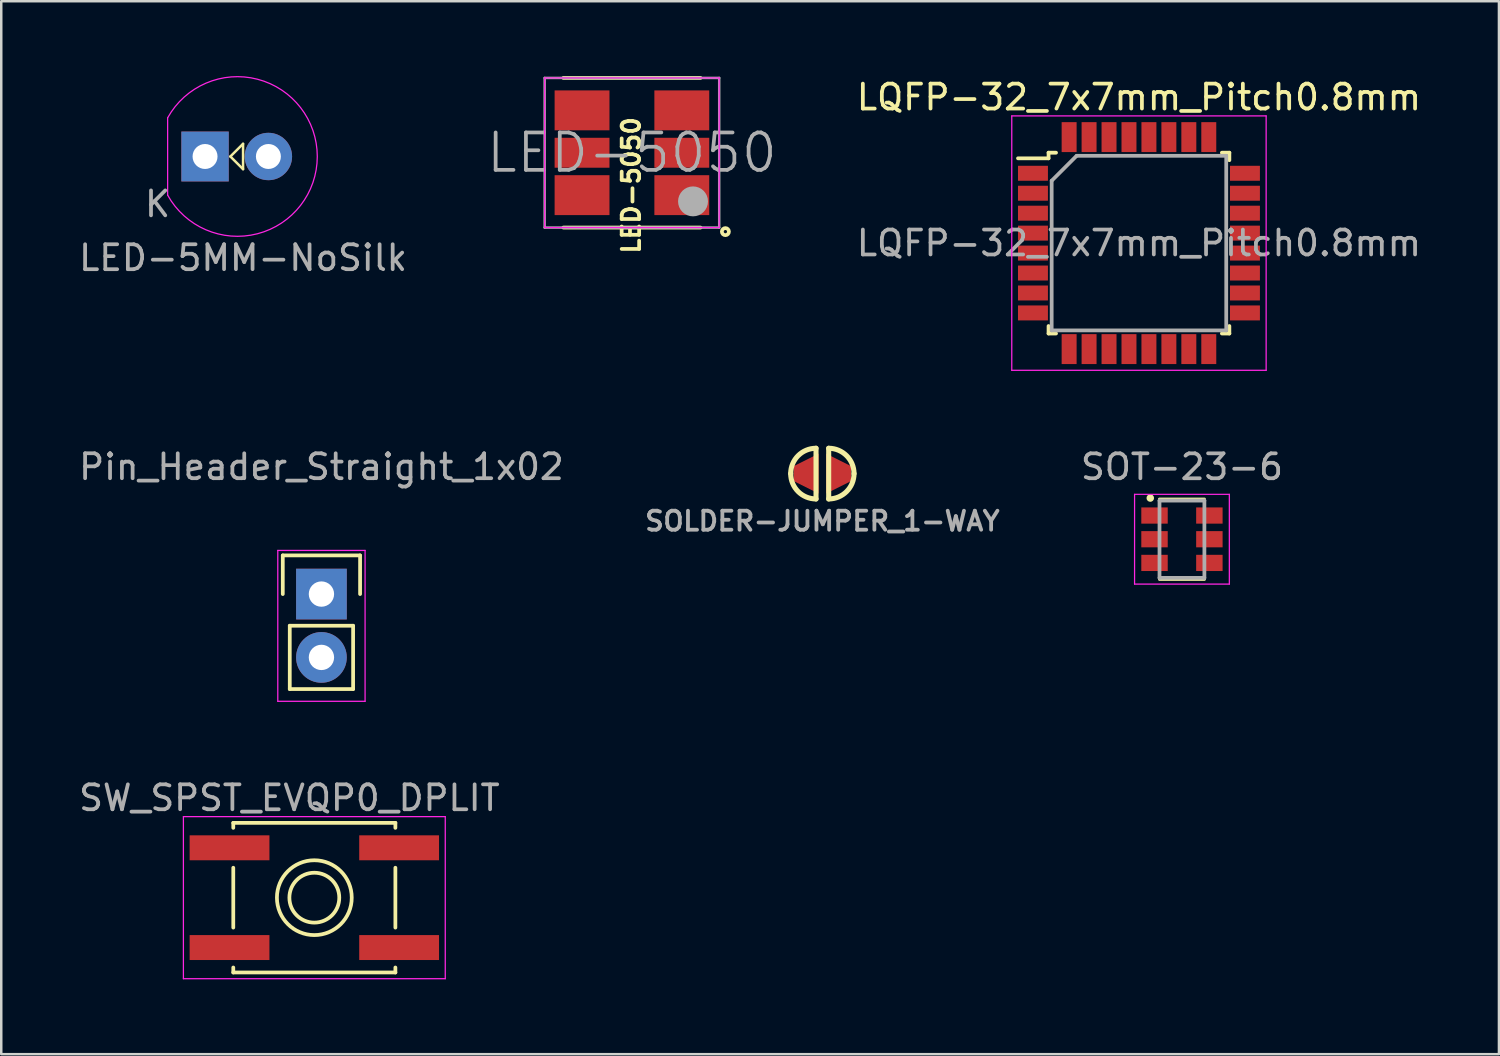
<source format=kicad_pcb>
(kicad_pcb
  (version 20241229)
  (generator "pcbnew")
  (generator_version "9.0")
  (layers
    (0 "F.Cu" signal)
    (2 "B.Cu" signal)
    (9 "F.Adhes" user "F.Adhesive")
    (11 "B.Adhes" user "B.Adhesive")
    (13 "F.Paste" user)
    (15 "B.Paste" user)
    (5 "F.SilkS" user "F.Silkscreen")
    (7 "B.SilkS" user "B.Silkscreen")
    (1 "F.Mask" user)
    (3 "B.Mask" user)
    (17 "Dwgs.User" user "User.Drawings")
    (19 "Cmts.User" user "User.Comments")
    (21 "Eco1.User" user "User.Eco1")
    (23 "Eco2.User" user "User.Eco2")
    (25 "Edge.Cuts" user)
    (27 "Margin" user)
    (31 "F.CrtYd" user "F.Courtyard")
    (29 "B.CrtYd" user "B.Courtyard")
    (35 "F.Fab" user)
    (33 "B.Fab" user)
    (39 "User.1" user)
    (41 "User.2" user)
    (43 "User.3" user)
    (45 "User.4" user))
  (footprint "LQFP-32_7x7mm_Pitch0.8mm"
    (layer "F.Cu")
    (at 42.62 6.698)
    (property "Reference" "LQFP-32_7x7mm_Pitch0.8mm" (at 0 -5.85 0) (layer "F.SilkS") (effects (font (size 1 1) (thickness 0.15))))
    (attr smd)
    (fp_line (start -3.625 -3.625) (end -3.625 -3.4) (stroke (width 0.15) (type solid)) (layer "F.SilkS"))
    (fp_line (start -3.625 -3.625) (end -3.325 -3.625) (stroke (width 0.15) (type solid)) (layer "F.SilkS"))
    (fp_line (start -3.625 -3.4) (end -4.85 -3.4) (stroke (width 0.15) (type solid)) (layer "F.SilkS"))
    (fp_line (start -3.625 3.625) (end -3.625 3.325) (stroke (width 0.15) (type solid)) (layer "F.SilkS"))
    (fp_line (start -3.625 3.625) (end -3.325 3.625) (stroke (width 0.15) (type solid)) (layer "F.SilkS"))
    (fp_line (start 3.625 -3.625) (end 3.325 -3.625) (stroke (width 0.15) (type solid)) (layer "F.SilkS"))
    (fp_line (start 3.625 -3.625) (end 3.625 -3.325) (stroke (width 0.15) (type solid)) (layer "F.SilkS"))
    (fp_line (start 3.625 3.625) (end 3.325 3.625) (stroke (width 0.15) (type solid)) (layer "F.SilkS"))
    (fp_line (start 3.625 3.625) (end 3.625 3.325) (stroke (width 0.15) (type solid)) (layer "F.SilkS"))
    (fp_line (start -5.1 -5.1) (end -5.1 5.1) (stroke (width 0.05) (type solid)) (layer "F.CrtYd"))
    (fp_line (start -5.1 -5.1) (end 5.1 -5.1) (stroke (width 0.05) (type solid)) (layer "F.CrtYd"))
    (fp_line (start -5.1 5.1) (end 5.1 5.1) (stroke (width 0.05) (type solid)) (layer "F.CrtYd"))
    (fp_line (start 5.1 -5.1) (end 5.1 5.1) (stroke (width 0.05) (type solid)) (layer "F.CrtYd"))
    (fp_line (start -3.5 -2.5) (end -2.5 -3.5) (stroke (width 0.15) (type solid)) (layer "F.Fab"))
    (fp_line (start -3.5 3.5) (end -3.5 -2.5) (stroke (width 0.15) (type solid)) (layer "F.Fab"))
    (fp_line (start -2.5 -3.5) (end 3.5 -3.5) (stroke (width 0.15) (type solid)) (layer "F.Fab"))
    (fp_line (start 3.5 -3.5) (end 3.5 3.5) (stroke (width 0.15) (type solid)) (layer "F.Fab"))
    (fp_line (start 3.5 3.5) (end -3.5 3.5) (stroke (width 0.15) (type solid)) (layer "F.Fab"))
    (fp_text user "${REFERENCE}" (at 0 0 0) (layer "F.Fab") (effects (font (size 1 1) (thickness 0.15))))
    (pad "1" smd rect (at -4.25 -2.8) (size 1.2 0.6) (layers "F.Cu" "F.Mask" "F.Paste"))
    (pad "2" smd rect (at -4.25 -2) (size 1.2 0.6) (layers "F.Cu" "F.Mask" "F.Paste"))
    (pad "3" smd rect (at -4.25 -1.2) (size 1.2 0.6) (layers "F.Cu" "F.Mask" "F.Paste"))
    (pad "4" smd rect (at -4.25 -0.4) (size 1.2 0.6) (layers "F.Cu" "F.Mask" "F.Paste"))
    (pad "5" smd rect (at -4.25 0.4) (size 1.2 0.6) (layers "F.Cu" "F.Mask" "F.Paste"))
    (pad "6" smd rect (at -4.25 1.2) (size 1.2 0.6) (layers "F.Cu" "F.Mask" "F.Paste"))
    (pad "7" smd rect (at -4.25 2) (size 1.2 0.6) (layers "F.Cu" "F.Mask" "F.Paste"))
    (pad "8" smd rect (at -4.25 2.8) (size 1.2 0.6) (layers "F.Cu" "F.Mask" "F.Paste"))
    (pad "9" smd rect (at -2.8 4.25 90) (size 1.2 0.6) (layers "F.Cu" "F.Mask" "F.Paste"))
    (pad "10" smd rect (at -2 4.25 90) (size 1.2 0.6) (layers "F.Cu" "F.Mask" "F.Paste"))
    (pad "11" smd rect (at -1.2 4.25 90) (size 1.2 0.6) (layers "F.Cu" "F.Mask" "F.Paste"))
    (pad "12" smd rect (at -0.4 4.25 90) (size 1.2 0.6) (layers "F.Cu" "F.Mask" "F.Paste"))
    (pad "13" smd rect (at 0.4 4.25 90) (size 1.2 0.6) (layers "F.Cu" "F.Mask" "F.Paste"))
    (pad "14" smd rect (at 1.2 4.25 90) (size 1.2 0.6) (layers "F.Cu" "F.Mask" "F.Paste"))
    (pad "15" smd rect (at 2 4.25 90) (size 1.2 0.6) (layers "F.Cu" "F.Mask" "F.Paste"))
    (pad "16" smd rect (at 2.8 4.25 90) (size 1.2 0.6) (layers "F.Cu" "F.Mask" "F.Paste"))
    (pad "17" smd rect (at 4.25 2.8) (size 1.2 0.6) (layers "F.Cu" "F.Mask" "F.Paste"))
    (pad "18" smd rect (at 4.25 2) (size 1.2 0.6) (layers "F.Cu" "F.Mask" "F.Paste"))
    (pad "19" smd rect (at 4.25 1.2) (size 1.2 0.6) (layers "F.Cu" "F.Mask" "F.Paste"))
    (pad "20" smd rect (at 4.25 0.4) (size 1.2 0.6) (layers "F.Cu" "F.Mask" "F.Paste"))
    (pad "21" smd rect (at 4.25 -0.4) (size 1.2 0.6) (layers "F.Cu" "F.Mask" "F.Paste"))
    (pad "22" smd rect (at 4.25 -1.2) (size 1.2 0.6) (layers "F.Cu" "F.Mask" "F.Paste"))
    (pad "23" smd rect (at 4.25 -2) (size 1.2 0.6) (layers "F.Cu" "F.Mask" "F.Paste"))
    (pad "24" smd rect (at 4.25 -2.8) (size 1.2 0.6) (layers "F.Cu" "F.Mask" "F.Paste"))
    (pad "25" smd rect (at 2.8 -4.25 90) (size 1.2 0.6) (layers "F.Cu" "F.Mask" "F.Paste"))
    (pad "26" smd rect (at 2 -4.25 90) (size 1.2 0.6) (layers "F.Cu" "F.Mask" "F.Paste"))
    (pad "27" smd rect (at 1.2 -4.25 90) (size 1.2 0.6) (layers "F.Cu" "F.Mask" "F.Paste"))
    (pad "28" smd rect (at 0.4 -4.25 90) (size 1.2 0.6) (layers "F.Cu" "F.Mask" "F.Paste"))
    (pad "29" smd rect (at -0.4 -4.25 90) (size 1.2 0.6) (layers "F.Cu" "F.Mask" "F.Paste"))
    (pad "30" smd rect (at -1.2 -4.25 90) (size 1.2 0.6) (layers "F.Cu" "F.Mask" "F.Paste"))
    (pad "31" smd rect (at -2 -4.25 90) (size 1.2 0.6) (layers "F.Cu" "F.Mask" "F.Paste"))
    (pad "32" smd rect (at -2.8 -4.25 90) (size 1.2 0.6) (layers "F.Cu" "F.Mask" "F.Paste")))
  (footprint "SOT-23-6"
    (layer "F.Cu")
    (at 44.344 18.572)
    (property "Reference" "SOT-23-6" (at 0 -2.9 0) (layer "F.Fab") (effects (font (size 1 1) (thickness 0.15))))
    (attr smd)
    (fp_line (start -0.9 1.61) (end 0.9 1.61) (stroke (width 0.12) (type solid)) (layer "F.SilkS"))
    (fp_line (start 0.9 -1.61) (end -0.9 -1.61) (stroke (width 0.12) (type solid)) (layer "F.SilkS"))
    (fp_circle (center -1.27 -1.651) (end -1.346 -1.651) (stroke (width 0.15) (type solid)) (fill no) (layer "F.SilkS"))
    (fp_line (start -1.9 -1.8) (end -1.9 1.8) (stroke (width 0.05) (type solid)) (layer "F.CrtYd"))
    (fp_line (start -1.9 1.8) (end 1.9 1.8) (stroke (width 0.05) (type solid)) (layer "F.CrtYd"))
    (fp_line (start 1.9 -1.8) (end -1.9 -1.8) (stroke (width 0.05) (type solid)) (layer "F.CrtYd"))
    (fp_line (start 1.9 1.8) (end 1.9 -1.8) (stroke (width 0.05) (type solid)) (layer "F.CrtYd"))
    (fp_line (start -0.9 -1.55) (end -0.9 1.55) (stroke (width 0.15) (type solid)) (layer "F.Fab"))
    (fp_line (start 0.9 -1.55) (end -0.9 -1.55) (stroke (width 0.15) (type solid)) (layer "F.Fab"))
    (fp_line (start 0.9 -1.55) (end 0.9 1.55) (stroke (width 0.15) (type solid)) (layer "F.Fab"))
    (fp_line (start 0.9 1.55) (end -0.9 1.55) (stroke (width 0.15) (type solid)) (layer "F.Fab"))
    (pad "1" smd rect (at -1.1 -0.95) (size 1.06 0.65) (layers "F.Cu" "F.Mask" "F.Paste"))
    (pad "2" smd rect (at -1.1 0) (size 1.06 0.65) (layers "F.Cu" "F.Mask" "F.Paste"))
    (pad "3" smd rect (at -1.1 0.95) (size 1.06 0.65) (layers "F.Cu" "F.Mask" "F.Paste"))
    (pad "4" smd rect (at 1.1 0.95) (size 1.06 0.65) (layers "F.Cu" "F.Mask" "F.Paste"))
    (pad "5" smd rect (at 1.1 0) (size 1.06 0.65) (layers "F.Cu" "F.Mask" "F.Paste"))
    (pad "6" smd rect (at 1.1 -0.95) (size 1.06 0.65) (layers "F.Cu" "F.Mask" "F.Paste")))
  (footprint "SW_SPST_EVQP0_DPLIT"
    (layer "F.Cu")
    (at 9.554 32.945)
    (property "Reference" "SW_SPST_EVQP0_DPLIT" (at -1 -4 0) (layer "F.Fab") (effects (font (size 1 1) (thickness 0.15))))
    (attr smd)
    (fp_line (start -3.25 -3) (end -3.25 -2.8) (stroke (width 0.15) (type solid)) (layer "F.SilkS"))
    (fp_line (start -3.25 -1.2) (end -3.25 1.2) (stroke (width 0.15) (type solid)) (layer "F.SilkS"))
    (fp_line (start -3.25 3) (end -3.25 2.8) (stroke (width 0.15) (type solid)) (layer "F.SilkS"))
    (fp_line (start -3.25 3) (end 3.25 3) (stroke (width 0.15) (type solid)) (layer "F.SilkS"))
    (fp_line (start 3.25 -3) (end -3.25 -3) (stroke (width 0.15) (type solid)) (layer "F.SilkS"))
    (fp_line (start 3.25 -3) (end 3.25 -2.8) (stroke (width 0.15) (type solid)) (layer "F.SilkS"))
    (fp_line (start 3.25 -1.2) (end 3.25 1.2) (stroke (width 0.15) (type solid)) (layer "F.SilkS"))
    (fp_line (start 3.25 3) (end 3.25 2.8) (stroke (width 0.15) (type solid)) (layer "F.SilkS"))
    (fp_circle (center 0 0) (end 1 0) (stroke (width 0.15) (type solid)) (fill no) (layer "F.SilkS"))
    (fp_circle (center 0 0) (end 1.5 0) (stroke (width 0.15) (type solid)) (fill no) (layer "F.SilkS"))
    (fp_line (start -5.25 -3.25) (end 5.25 -3.25) (stroke (width 0.05) (type solid)) (layer "F.CrtYd"))
    (fp_line (start -5.25 3.25) (end -5.25 -3.25) (stroke (width 0.05) (type solid)) (layer "F.CrtYd"))
    (fp_line (start 5.25 -3.25) (end 5.25 3.25) (stroke (width 0.05) (type solid)) (layer "F.CrtYd"))
    (fp_line (start 5.25 3.25) (end -5.25 3.25) (stroke (width 0.05) (type solid)) (layer "F.CrtYd"))
    (pad "1" smd rect (at -3.4 -2) (size 3.2 1) (layers "F.Cu" "F.Mask" "F.Paste"))
    (pad "2" smd rect (at -3.4 2) (size 3.2 1) (layers "F.Cu" "F.Mask" "F.Paste"))
    (pad "3" smd rect (at 3.4 -2) (size 3.2 1) (layers "F.Cu" "F.Mask" "F.Paste"))
    (pad "4" smd rect (at 3.4 2) (size 3.2 1) (layers "F.Cu" "F.Mask" "F.Paste")))
  (footprint "SOLDER-JUMPER_1-WAY"
    (layer "F.Cu")
    (at 29.925 15.941)
    (property "Reference" "SOLDER-JUMPER_1-WAY" (at 0 1.905 0) (layer "F.Fab") (effects (font (size 0.762 0.762) (thickness 0.152))))
    (attr through_hole)
    (fp_line (start -0.254 -1.016) (end -0.254 1.016) (stroke (width 0.203) (type solid)) (layer "F.SilkS"))
    (fp_line (start 0.254 1.016) (end 0.254 -1.016) (stroke (width 0.203) (type solid)) (layer "F.SilkS"))
    (fp_arc (start -1.27 0) (mid -0.97242 -0.71842) (end -0.254 -1.016) (stroke (width 0.2032) (type solid)) (layer "F.SilkS"))
    (fp_arc (start -0.254 1.016) (mid -0.97242 0.71842) (end -1.27 0) (stroke (width 0.2032) (type solid)) (layer "F.SilkS"))
    (fp_arc (start 0.254 -1.016) (mid 0.97242 -0.71842) (end 1.27 0) (stroke (width 0.2032) (type solid)) (layer "F.SilkS"))
    (fp_arc (start 1.27 0) (mid 0.97242 0.71842) (end 0.254 1.016) (stroke (width 0.2032) (type solid)) (layer "F.SilkS"))
    (pad "1" smd trapezoid (at -0.65 0) (size 1 1.1) (rect_delta -0.5 0) (layers "F.Cu" "F.Mask" "F.Paste"))
    (pad "2" smd trapezoid (at 0.65 0) (size 1 1.1) (rect_delta 0.5 0) (layers "F.Cu" "F.Mask" "F.Paste")))
  (footprint "Pin_Header_Straight_1x02"
    (layer "F.Cu")
    (at 9.839 20.771)
    (property "Reference" "Pin_Header_Straight_1x02" (at 0 -5.1 0) (layer "F.Fab") (effects (font (size 1 1) (thickness 0.15))))
    (attr through_hole)
    (fp_line (start -1.55 -1.55) (end 1.55 -1.55) (stroke (width 0.15) (type solid)) (layer "F.SilkS"))
    (fp_line (start -1.55 0) (end -1.55 -1.55) (stroke (width 0.15) (type solid)) (layer "F.SilkS"))
    (fp_line (start -1.27 1.27) (end -1.27 3.81) (stroke (width 0.15) (type solid)) (layer "F.SilkS"))
    (fp_line (start -1.27 3.81) (end 1.27 3.81) (stroke (width 0.15) (type solid)) (layer "F.SilkS"))
    (fp_line (start 1.27 1.27) (end -1.27 1.27) (stroke (width 0.15) (type solid)) (layer "F.SilkS"))
    (fp_line (start 1.27 1.27) (end 1.27 3.81) (stroke (width 0.15) (type solid)) (layer "F.SilkS"))
    (fp_line (start 1.55 -1.55) (end 1.55 0) (stroke (width 0.15) (type solid)) (layer "F.SilkS"))
    (fp_line (start -1.75 -1.75) (end -1.75 4.3) (stroke (width 0.05) (type solid)) (layer "F.CrtYd"))
    (fp_line (start -1.75 -1.75) (end 1.75 -1.75) (stroke (width 0.05) (type solid)) (layer "F.CrtYd"))
    (fp_line (start -1.75 4.3) (end 1.75 4.3) (stroke (width 0.05) (type solid)) (layer "F.CrtYd"))
    (fp_line (start 1.75 -1.75) (end 1.75 4.3) (stroke (width 0.05) (type solid)) (layer "F.CrtYd"))
    (pad "1" thru_hole rect (at 0 0) (size 2.032 2.032) (drill 1.016) (layers "*.Cu" "*.Mask"))
    (pad "2" thru_hole oval (at 0 2.54) (size 2.032 2.032) (drill 1.016) (layers "*.Cu" "*.Mask")))
  (footprint "LED-5MM-NoSilk"
    (layer "F.Cu")
    (at 5.172 3.225)
    (property "Reference" "LED-5MM-NoSilk" (at 1.524 4.064 0) (layer "F.Fab") (effects (font (size 1 1) (thickness 0.15))))
    (attr through_hole)
    (fp_line (start 1.016 0) (end 1.524 -0.508) (stroke (width 0.1) (type solid)) (layer "F.SilkS"))
    (fp_line (start 1.524 -0.508) (end 1.524 0.508) (stroke (width 0.1) (type solid)) (layer "F.SilkS"))
    (fp_line (start 1.524 0.508) (end 1.016 0) (stroke (width 0.1) (type solid)) (layer "F.SilkS"))
    (fp_line (start -1.5 -1.55) (end -1.5 1.55) (stroke (width 0.05) (type solid)) (layer "F.CrtYd"))
    (fp_arc (start -1.498248 -1.55316) (mid 4.50039 0.001807) (end -1.5 1.55) (stroke (width 0.05) (type solid)) (layer "F.CrtYd"))
    (fp_text user "K" (at -1.905 1.905 0) (layer "F.Fab") (effects (font (size 1 1) (thickness 0.15))))
    (pad "1" thru_hole rect (at 0 0 90) (size 2 1.9) (drill 1.001) (layers "*.Cu" "*.Mask"))
    (pad "2" thru_hole circle (at 2.54 0) (size 1.9 1.9) (drill 1.001) (layers "*.Cu" "*.Mask")))
  (footprint "LED-5050"
    (layer "F.Cu")
    (at 22.337 3.038)
    (property "Reference" "LED-5050" (at -0.075 1.344 270) (layer "F.SilkS") (effects (font (size 0.7 0.7) (thickness 0.15))))
    (attr through_hole)
    (fp_line (start 2.702 -2.963) (end -2.798 -2.963) (stroke (width 0.15) (type solid)) (layer "F.SilkS"))
    (fp_line (start 2.702 3.037) (end -2.798 3.037) (stroke (width 0.15) (type solid)) (layer "F.SilkS"))
    (fp_circle (center 3.7 3.2) (end 3.6 3.1) (stroke (width 0.15) (type solid)) (fill no) (layer "F.SilkS"))
    (fp_line (start -3.548 -2.963) (end 3.452 -2.963) (stroke (width 0.05) (type solid)) (layer "F.CrtYd"))
    (fp_line (start -3.548 3.037) (end -3.548 -2.963) (stroke (width 0.05) (type solid)) (layer "F.CrtYd"))
    (fp_line (start 3.452 -2.963) (end 3.452 3.037) (stroke (width 0.05) (type solid)) (layer "F.CrtYd"))
    (fp_line (start 3.452 3.037) (end -3.548 3.037) (stroke (width 0.05) (type solid)) (layer "F.CrtYd"))
    (fp_line (start -3.548 -2.963) (end 3.452 -2.963) (stroke (width 0.1) (type solid)) (layer "F.Fab"))
    (fp_line (start -3.548 3.037) (end -3.548 -2.963) (stroke (width 0.1) (type solid)) (layer "F.Fab"))
    (fp_line (start 3.452 -2.963) (end 3.452 3.037) (stroke (width 0.1) (type solid)) (layer "F.Fab"))
    (fp_line (start 3.452 3.037) (end -3.548 3.037) (stroke (width 0.1) (type solid)) (layer "F.Fab"))
    (fp_circle (center 2.402 1.987) (end 2.402 1.687) (stroke (width 0.6) (type solid)) (fill no) (layer "F.Fab"))
    (fp_text user "${REFERENCE}" (at -0.048 0.037 180) (layer "F.Fab") (effects (font (size 1.5 1.5) (thickness 0.15))))
    (pad "1" smd rect (at 1.952 1.737 90) (size 1.6 2.2) (layers "F.Cu" "F.Mask" "F.Paste"))
    (pad "2" smd rect (at 1.952 0.037 90) (size 1.2 2.2) (layers "F.Cu" "F.Mask" "F.Paste"))
    (pad "3" smd rect (at 1.952 -1.663 90) (size 1.6 2.2) (layers "F.Cu" "F.Mask" "F.Paste"))
    (pad "4" smd rect (at -2.048 -1.663 90) (size 1.6 2.2) (layers "F.Cu" "F.Mask" "F.Paste"))
    (pad "5" smd rect (at -2.048 0.037 90) (size 1.2 2.2) (layers "F.Cu" "F.Mask" "F.Paste"))
    (pad "6" smd rect (at -2.048 1.737 90) (size 1.6 2.2) (layers "F.Cu" "F.Mask" "F.Paste")))
  (gr_rect
    (start -3 -3)
    (end 57.055 39.22)
    (stroke (width 0.1) (type default))
    (fill no)
    (layer "Edge.Cuts")))
</source>
